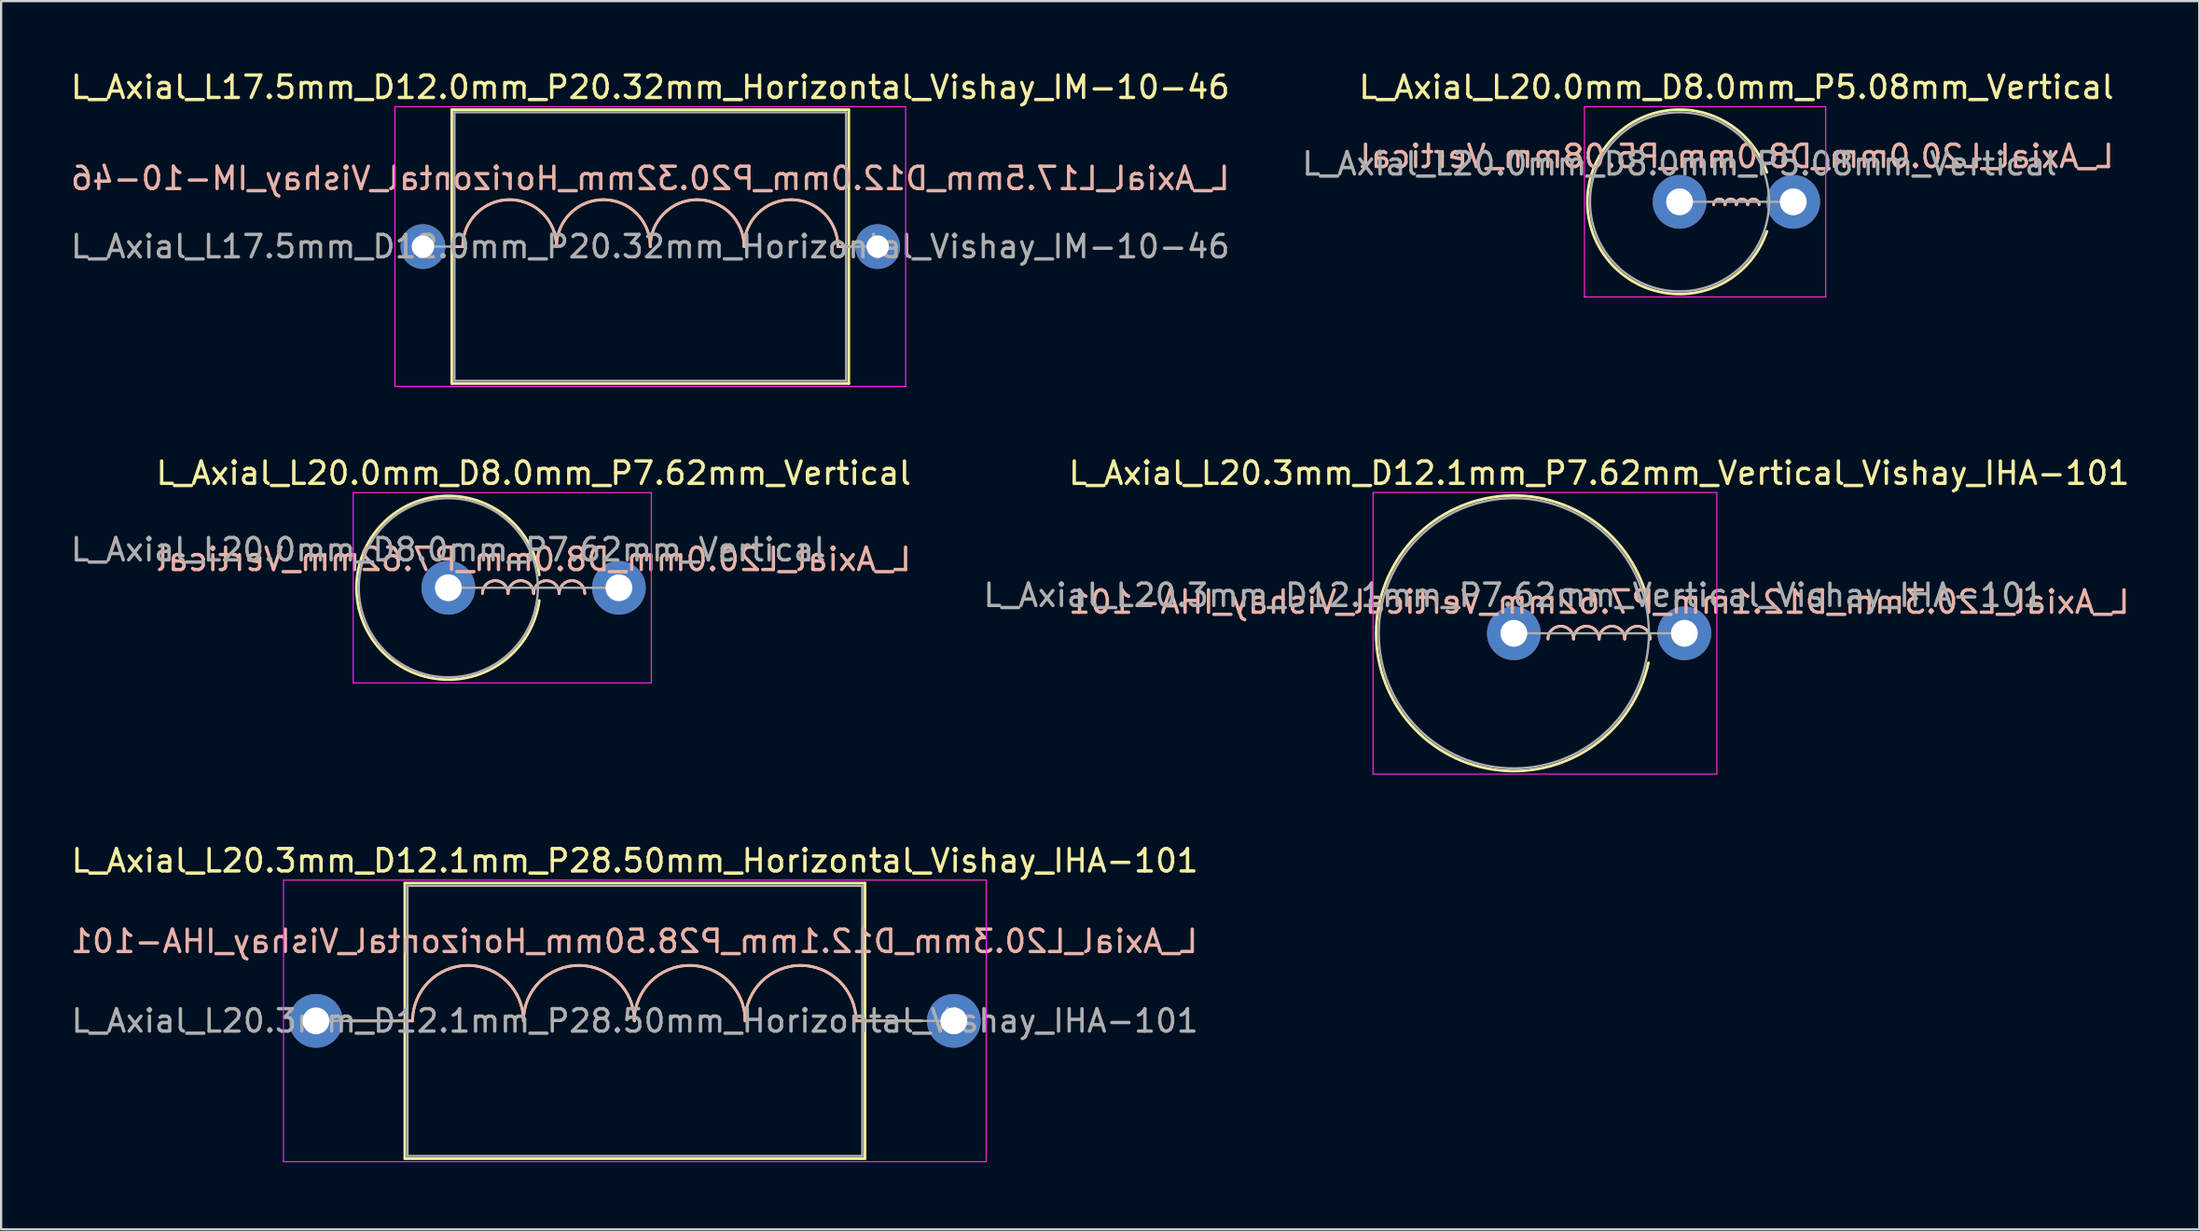
<source format=kicad_pcb>
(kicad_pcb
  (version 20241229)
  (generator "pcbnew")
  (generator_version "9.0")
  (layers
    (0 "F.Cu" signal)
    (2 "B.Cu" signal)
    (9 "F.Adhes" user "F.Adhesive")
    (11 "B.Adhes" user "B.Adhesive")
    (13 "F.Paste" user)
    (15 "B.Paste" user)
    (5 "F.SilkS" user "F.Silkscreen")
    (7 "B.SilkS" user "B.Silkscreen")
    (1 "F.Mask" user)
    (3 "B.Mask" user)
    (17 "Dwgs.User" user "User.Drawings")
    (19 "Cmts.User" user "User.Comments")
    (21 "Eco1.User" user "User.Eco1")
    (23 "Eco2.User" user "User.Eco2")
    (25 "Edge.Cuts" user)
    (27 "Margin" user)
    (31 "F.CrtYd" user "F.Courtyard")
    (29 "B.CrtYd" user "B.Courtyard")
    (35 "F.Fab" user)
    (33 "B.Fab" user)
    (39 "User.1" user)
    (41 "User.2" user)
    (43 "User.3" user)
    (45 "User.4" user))
  (footprint "L_Axial_L20.3mm_D12.1mm_P7.62mm_Vertical_Vishay_IHA-101"
    (layer "F.Cu")
    (at 64.59 25.247)
    (property "Reference" "L_Axial_L20.3mm_D12.1mm_P7.62mm_Vertical_Vishay_IHA-101" (at 3.81 -7.155 0) (layer "F.SilkS") (effects (font (size 1 1) (thickness 0.15))))
    (fp_arc (start 1.524 0.254) (mid 2.0955 -0.3175) (end 2.667 0.254) (stroke (width 0.12) (type solid)) (layer "F.SilkS"))
    (fp_arc (start 2.667 0.254) (mid 3.2385 -0.3175) (end 3.81 0.254) (stroke (width 0.12) (type solid)) (layer "F.SilkS"))
    (fp_arc (start 3.81 0.254) (mid 4.3815 -0.3175) (end 4.953 0.254) (stroke (width 0.12) (type solid)) (layer "F.SilkS"))
    (fp_arc (start 4.953 0.254) (mid 5.5245 -0.3175) (end 6.096 0.254) (stroke (width 0.12) (type solid)) (layer "F.SilkS"))
    (fp_arc (start 6.01179 1.32) (mid -6.155 0) (end 6.01179 -1.32) (stroke (width 0.12) (type solid)) (layer "F.SilkS"))
    (fp_arc (start 1.524 0.254) (mid 2.0955 -0.3175) (end 2.667 0.254) (stroke (width 0.12) (type solid)) (layer "B.SilkS"))
    (fp_arc (start 2.667 0.254) (mid 3.2385 -0.3175) (end 3.81 0.254) (stroke (width 0.12) (type solid)) (layer "B.SilkS"))
    (fp_arc (start 3.81 0.254) (mid 4.3815 -0.3175) (end 4.953 0.254) (stroke (width 0.12) (type solid)) (layer "B.SilkS"))
    (fp_arc (start 4.953 0.254) (mid 5.5245 -0.3175) (end 6.096 0.254) (stroke (width 0.12) (type solid)) (layer "B.SilkS"))
    (fp_line (start -6.29 -6.29) (end -6.29 6.29) (stroke (width 0.05) (type solid)) (layer "F.CrtYd"))
    (fp_line (start -6.29 6.29) (end 9.07 6.29) (stroke (width 0.05) (type solid)) (layer "F.CrtYd"))
    (fp_line (start 9.07 -6.29) (end -6.29 -6.29) (stroke (width 0.05) (type solid)) (layer "F.CrtYd"))
    (fp_line (start 9.07 6.29) (end 9.07 -6.29) (stroke (width 0.05) (type solid)) (layer "F.CrtYd"))
    (fp_line (start 0 0) (end 7.62 0) (stroke (width 0.1) (type solid)) (layer "F.Fab"))
    (fp_circle (center 0 0) (end 6.035 0) (stroke (width 0.1) (type solid)) (fill no) (layer "F.Fab"))
    (fp_text user "${REFERENCE}" (at 3.81 -1.397 0) (layer "B.SilkS") (effects (font (size 1 1) (thickness 0.15)) (justify mirror)))
    (fp_text user "${REFERENCE}" (at 0 -1.7 0) (layer "F.Fab") (effects (font (size 1 1) (thickness 0.15))))
    (pad "1" thru_hole circle (at 0 0) (size 2.4 2.4) (drill 1.2) (layers "*.Cu" "*.Mask"))
    (pad "2" thru_hole oval (at 7.62 0) (size 2.4 2.4) (drill 1.2) (layers "*.Cu" "*.Mask")))
  (footprint "L_Axial_L17.5mm_D12.0mm_P20.32mm_Horizontal_Vishay_IM-10-46"
    (layer "F.Cu")
    (at 15.846 7.968)
    (property "Reference" "L_Axial_L17.5mm_D12.0mm_P20.32mm_Horizontal_Vishay_IM-10-46" (at 10.16 -7.12 0) (layer "F.SilkS") (effects (font (size 1 1) (thickness 0.15))))
    (fp_line (start 1.24 0) (end 1.29 0) (stroke (width 0.12) (type solid)) (layer "F.SilkS"))
    (fp_line (start 1.29 -6.12) (end 1.29 6.12) (stroke (width 0.12) (type solid)) (layer "F.SilkS"))
    (fp_line (start 1.29 6.12) (end 19.03 6.12) (stroke (width 0.12) (type solid)) (layer "F.SilkS"))
    (fp_line (start 1.778 0) (end 1.29 0) (stroke (width 0.12) (type solid)) (layer "F.SilkS"))
    (fp_line (start 18.542 0) (end 19.03 0) (stroke (width 0.12) (type solid)) (layer "F.SilkS"))
    (fp_line (start 19.03 -6.12) (end 1.29 -6.12) (stroke (width 0.12) (type solid)) (layer "F.SilkS"))
    (fp_line (start 19.03 6.12) (end 19.03 -6.12) (stroke (width 0.12) (type solid)) (layer "F.SilkS"))
    (fp_line (start 19.08 0) (end 19.03 0) (stroke (width 0.12) (type solid)) (layer "F.SilkS"))
    (fp_arc (start 1.778 0) (mid 3.8735 -2.0955) (end 5.969 0) (stroke (width 0.12) (type solid)) (layer "F.SilkS"))
    (fp_arc (start 5.969 0) (mid 8.0645 -2.0955) (end 10.16 0) (stroke (width 0.12) (type solid)) (layer "F.SilkS"))
    (fp_arc (start 10.16 0) (mid 12.2555 -2.0955) (end 14.351 0) (stroke (width 0.12) (type solid)) (layer "F.SilkS"))
    (fp_arc (start 14.351 0) (mid 16.4465 -2.0955) (end 18.542 0) (stroke (width 0.12) (type solid)) (layer "F.SilkS"))
    (fp_line (start 1.24 0) (end 1.29 0) (stroke (width 0.12) (type solid)) (layer "B.SilkS"))
    (fp_line (start 1.778 0) (end 1.29 0) (stroke (width 0.12) (type solid)) (layer "B.SilkS"))
    (fp_line (start 18.542 0) (end 19.03 0) (stroke (width 0.12) (type solid)) (layer "B.SilkS"))
    (fp_line (start 19.08 0) (end 19.03 0) (stroke (width 0.12) (type solid)) (layer "B.SilkS"))
    (fp_arc (start 1.778 0) (mid 3.8735 -2.0955) (end 5.969 0) (stroke (width 0.12) (type solid)) (layer "B.SilkS"))
    (fp_arc (start 5.969 0) (mid 8.0645 -2.0955) (end 10.16 0) (stroke (width 0.12) (type solid)) (layer "B.SilkS"))
    (fp_arc (start 10.16 0) (mid 12.2555 -2.0955) (end 14.351 0) (stroke (width 0.12) (type solid)) (layer "B.SilkS"))
    (fp_arc (start 14.351 0) (mid 16.4465 -2.0955) (end 18.542 0) (stroke (width 0.12) (type solid)) (layer "B.SilkS"))
    (fp_line (start -1.25 -6.25) (end -1.25 6.25) (stroke (width 0.05) (type solid)) (layer "F.CrtYd"))
    (fp_line (start -1.25 6.25) (end 21.57 6.25) (stroke (width 0.05) (type solid)) (layer "F.CrtYd"))
    (fp_line (start 21.57 -6.25) (end -1.25 -6.25) (stroke (width 0.05) (type solid)) (layer "F.CrtYd"))
    (fp_line (start 21.57 6.25) (end 21.57 -6.25) (stroke (width 0.05) (type solid)) (layer "F.CrtYd"))
    (fp_line (start 0 0) (end 1.41 0) (stroke (width 0.1) (type solid)) (layer "F.Fab"))
    (fp_line (start 1.41 -6) (end 1.41 6) (stroke (width 0.1) (type solid)) (layer "F.Fab"))
    (fp_line (start 1.41 6) (end 18.91 6) (stroke (width 0.1) (type solid)) (layer "F.Fab"))
    (fp_line (start 18.91 -6) (end 1.41 -6) (stroke (width 0.1) (type solid)) (layer "F.Fab"))
    (fp_line (start 18.91 6) (end 18.91 -6) (stroke (width 0.1) (type solid)) (layer "F.Fab"))
    (fp_line (start 20.32 0) (end 18.91 0) (stroke (width 0.1) (type solid)) (layer "F.Fab"))
    (fp_text user "${REFERENCE}" (at 10.16 -3.048 0) (layer "B.SilkS") (effects (font (size 1 1) (thickness 0.15)) (justify mirror)))
    (fp_text user "${REFERENCE}" (at 10.16 0 0) (layer "F.Fab") (effects (font (size 1 1) (thickness 0.15))))
    (pad "1" thru_hole circle (at 0 0) (size 2 2) (drill 1) (layers "*.Cu" "*.Mask"))
    (pad "2" thru_hole oval (at 20.32 0) (size 2 2) (drill 1) (layers "*.Cu" "*.Mask")))
  (footprint "L_Axial_L20.3mm_D12.1mm_P28.50mm_Horizontal_Vishay_IHA-101"
    (layer "F.Cu")
    (at 11.068 42.565)
    (property "Reference" "L_Axial_L20.3mm_D12.1mm_P28.50mm_Horizontal_Vishay_IHA-101" (at 14.25 -7.155 0) (layer "F.SilkS") (effects (font (size 1 1) (thickness 0.15))))
    (fp_line (start 1.44 0) (end 3.97 0) (stroke (width 0.12) (type solid)) (layer "F.SilkS"))
    (fp_line (start 3.97 -6.155) (end 3.97 6.155) (stroke (width 0.12) (type solid)) (layer "F.SilkS"))
    (fp_line (start 3.97 6.155) (end 24.53 6.155) (stroke (width 0.12) (type solid)) (layer "F.SilkS"))
    (fp_line (start 4.318 0) (end 3.97 0) (stroke (width 0.12) (type solid)) (layer "F.SilkS"))
    (fp_line (start 24.13 0) (end 24.511 0) (stroke (width 0.12) (type solid)) (layer "F.SilkS"))
    (fp_line (start 24.53 -6.155) (end 3.97 -6.155) (stroke (width 0.12) (type solid)) (layer "F.SilkS"))
    (fp_line (start 24.53 6.155) (end 24.53 -6.155) (stroke (width 0.12) (type solid)) (layer "F.SilkS"))
    (fp_line (start 27.06 0) (end 24.53 0) (stroke (width 0.12) (type solid)) (layer "F.SilkS"))
    (fp_arc (start 4.318 0) (mid 6.7945 -2.4765) (end 9.271 0) (stroke (width 0.12) (type solid)) (layer "F.SilkS"))
    (fp_arc (start 9.271 0) (mid 11.7475 -2.4765) (end 14.224 0) (stroke (width 0.12) (type solid)) (layer "F.SilkS"))
    (fp_arc (start 14.224 0) (mid 16.7005 -2.4765) (end 19.177 0) (stroke (width 0.12) (type solid)) (layer "F.SilkS"))
    (fp_arc (start 19.177 0) (mid 21.6535 -2.4765) (end 24.13 0) (stroke (width 0.12) (type solid)) (layer "F.SilkS"))
    (fp_line (start 1.388 0) (end 3.918 0) (stroke (width 0.12) (type solid)) (layer "B.SilkS"))
    (fp_line (start 4.318 0) (end 3.937 0) (stroke (width 0.12) (type solid)) (layer "B.SilkS"))
    (fp_line (start 24.13 0) (end 24.478 0) (stroke (width 0.12) (type solid)) (layer "B.SilkS"))
    (fp_line (start 27.008 0) (end 24.478 0) (stroke (width 0.12) (type solid)) (layer "B.SilkS"))
    (fp_arc (start 4.318 0) (mid 6.7945 -2.4765) (end 9.271 0) (stroke (width 0.12) (type solid)) (layer "B.SilkS"))
    (fp_arc (start 9.271 0) (mid 11.7475 -2.4765) (end 14.224 0) (stroke (width 0.12) (type solid)) (layer "B.SilkS"))
    (fp_arc (start 14.224 0) (mid 16.7005 -2.4765) (end 19.177 0) (stroke (width 0.12) (type solid)) (layer "B.SilkS"))
    (fp_arc (start 19.177 0) (mid 21.6535 -2.4765) (end 24.13 0) (stroke (width 0.12) (type solid)) (layer "B.SilkS"))
    (fp_line (start -1.45 -6.29) (end -1.45 6.29) (stroke (width 0.05) (type solid)) (layer "F.CrtYd"))
    (fp_line (start -1.45 6.29) (end 29.95 6.29) (stroke (width 0.05) (type solid)) (layer "F.CrtYd"))
    (fp_line (start 29.95 -6.29) (end -1.45 -6.29) (stroke (width 0.05) (type solid)) (layer "F.CrtYd"))
    (fp_line (start 29.95 6.29) (end 29.95 -6.29) (stroke (width 0.05) (type solid)) (layer "F.CrtYd"))
    (fp_line (start 0 0) (end 4.09 0) (stroke (width 0.1) (type solid)) (layer "F.Fab"))
    (fp_line (start 4.09 -6.035) (end 4.09 6.035) (stroke (width 0.1) (type solid)) (layer "F.Fab"))
    (fp_line (start 4.09 6.035) (end 24.41 6.035) (stroke (width 0.1) (type solid)) (layer "F.Fab"))
    (fp_line (start 24.41 -6.035) (end 4.09 -6.035) (stroke (width 0.1) (type solid)) (layer "F.Fab"))
    (fp_line (start 24.41 6.035) (end 24.41 -6.035) (stroke (width 0.1) (type solid)) (layer "F.Fab"))
    (fp_line (start 28.5 0) (end 24.41 0) (stroke (width 0.1) (type solid)) (layer "F.Fab"))
    (fp_text user "${REFERENCE}" (at 14.224 -3.556 0) (layer "B.SilkS") (effects (font (size 1 1) (thickness 0.15)) (justify mirror)))
    (fp_text user "${REFERENCE}" (at 14.25 0 0) (layer "F.Fab") (effects (font (size 1 1) (thickness 0.15))))
    (pad "1" thru_hole circle (at 0 0) (size 2.4 2.4) (drill 1.2) (layers "*.Cu" "*.Mask"))
    (pad "2" thru_hole oval (at 28.5 0) (size 2.4 2.4) (drill 1.2) (layers "*.Cu" "*.Mask")))
  (footprint "L_Axial_L20.0mm_D8.0mm_P7.62mm_Vertical"
    (layer "F.Cu")
    (at 16.982 23.212)
    (property "Reference" "L_Axial_L20.0mm_D8.0mm_P7.62mm_Vertical" (at 3.81 -5.12 0) (layer "F.SilkS") (effects (font (size 1 1) (thickness 0.15))))
    (fp_arc (start 1.524 0.254) (mid 2.0955 -0.3175) (end 2.667 0.254) (stroke (width 0.12) (type solid)) (layer "F.SilkS"))
    (fp_arc (start 2.667 0.254) (mid 3.2385 -0.3175) (end 3.81 0.254) (stroke (width 0.12) (type solid)) (layer "F.SilkS"))
    (fp_arc (start 3.81 0.254) (mid 4.3815 -0.3175) (end 4.953 0.254) (stroke (width 0.12) (type solid)) (layer "F.SilkS"))
    (fp_arc (start 4.064 0.5715) (mid -4.103987 0) (end 4.064 -0.5715) (stroke (width 0.12) (type solid)) (layer "F.SilkS"))
    (fp_arc (start 4.953 0.254) (mid 5.5245 -0.3175) (end 6.096 0.254) (stroke (width 0.12) (type solid)) (layer "F.SilkS"))
    (fp_arc (start 1.524 0.254) (mid 2.0955 -0.3175) (end 2.667 0.254) (stroke (width 0.12) (type solid)) (layer "B.SilkS"))
    (fp_arc (start 2.667 0.254) (mid 3.2385 -0.3175) (end 3.81 0.254) (stroke (width 0.12) (type solid)) (layer "B.SilkS"))
    (fp_arc (start 3.81 0.254) (mid 4.3815 -0.3175) (end 4.953 0.254) (stroke (width 0.12) (type solid)) (layer "B.SilkS"))
    (fp_arc (start 4.953 0.254) (mid 5.5245 -0.3175) (end 6.096 0.254) (stroke (width 0.12) (type solid)) (layer "B.SilkS"))
    (fp_line (start -4.25 -4.25) (end -4.25 4.25) (stroke (width 0.05) (type solid)) (layer "F.CrtYd"))
    (fp_line (start -4.25 4.25) (end 9.07 4.25) (stroke (width 0.05) (type solid)) (layer "F.CrtYd"))
    (fp_line (start 9.07 -4.25) (end -4.25 -4.25) (stroke (width 0.05) (type solid)) (layer "F.CrtYd"))
    (fp_line (start 9.07 4.25) (end 9.07 -4.25) (stroke (width 0.05) (type solid)) (layer "F.CrtYd"))
    (fp_line (start 0 0) (end 7.62 0) (stroke (width 0.1) (type solid)) (layer "F.Fab"))
    (fp_circle (center 0 0) (end 4 0) (stroke (width 0.1) (type solid)) (fill no) (layer "F.Fab"))
    (fp_text user "${REFERENCE}" (at 3.81 -1.27 0) (layer "B.SilkS") (effects (font (size 1 1) (thickness 0.15)) (justify mirror)))
    (fp_text user "${REFERENCE}" (at 0 -1.7 0) (layer "F.Fab") (effects (font (size 1 1) (thickness 0.15))))
    (pad "1" thru_hole circle (at 0 0) (size 2.4 2.4) (drill 1.2) (layers "*.Cu" "*.Mask"))
    (pad "2" thru_hole oval (at 7.62 0) (size 2.4 2.4) (drill 1.2) (layers "*.Cu" "*.Mask")))
  (footprint "L_Axial_L20.0mm_D8.0mm_P5.08mm_Vertical"
    (layer "F.Cu")
    (at 71.994 5.968)
    (property "Reference" "L_Axial_L20.0mm_D8.0mm_P5.08mm_Vertical" (at 2.54 -5.12 0) (layer "F.SilkS") (effects (font (size 1 1) (thickness 0.15))))
    (fp_arc (start 1.524 0.127) (mid 1.778 -0.127) (end 2.032 0.127) (stroke (width 0.12) (type solid)) (layer "F.SilkS"))
    (fp_arc (start 2.032 0.127) (mid 2.286 -0.127) (end 2.54 0.127) (stroke (width 0.12) (type solid)) (layer "F.SilkS"))
    (fp_arc (start 2.54 0.127) (mid 2.794 -0.127) (end 3.048 0.127) (stroke (width 0.12) (type solid)) (layer "F.SilkS"))
    (fp_arc (start 3.048 0.127) (mid 3.302 -0.127) (end 3.556 0.127) (stroke (width 0.12) (type solid)) (layer "F.SilkS"))
    (fp_arc (start 3.902819 1.32) (mid -4.12 0) (end 3.902819 -1.32) (stroke (width 0.12) (type solid)) (layer "F.SilkS"))
    (fp_arc (start 1.524 0.127) (mid 1.778 -0.127) (end 2.032 0.127) (stroke (width 0.12) (type solid)) (layer "B.SilkS"))
    (fp_arc (start 2.032 0.127) (mid 2.286 -0.127) (end 2.54 0.127) (stroke (width 0.12) (type solid)) (layer "B.SilkS"))
    (fp_arc (start 2.54 0.127) (mid 2.794 -0.127) (end 3.048 0.127) (stroke (width 0.12) (type solid)) (layer "B.SilkS"))
    (fp_arc (start 3.048 0.127) (mid 3.302 -0.127) (end 3.556 0.127) (stroke (width 0.12) (type solid)) (layer "B.SilkS"))
    (fp_line (start -4.25 -4.25) (end -4.25 4.25) (stroke (width 0.05) (type solid)) (layer "F.CrtYd"))
    (fp_line (start -4.25 4.25) (end 6.53 4.25) (stroke (width 0.05) (type solid)) (layer "F.CrtYd"))
    (fp_line (start 6.53 -4.25) (end -4.25 -4.25) (stroke (width 0.05) (type solid)) (layer "F.CrtYd"))
    (fp_line (start 6.53 4.25) (end 6.53 -4.25) (stroke (width 0.05) (type solid)) (layer "F.CrtYd"))
    (fp_line (start 0 0) (end 5.08 0) (stroke (width 0.1) (type solid)) (layer "F.Fab"))
    (fp_circle (center 0 0) (end 4 0) (stroke (width 0.1) (type solid)) (fill no) (layer "F.Fab"))
    (fp_text user "${REFERENCE}" (at 2.54 -2.032 0) (layer "B.SilkS") (effects (font (size 1 1) (thickness 0.15)) (justify mirror)))
    (fp_text user "${REFERENCE}" (at 0 -1.7 0) (layer "F.Fab") (effects (font (size 1 1) (thickness 0.15))))
    (pad "1" thru_hole circle (at 0 0) (size 2.4 2.4) (drill 1.2) (layers "*.Cu" "*.Mask"))
    (pad "2" thru_hole oval (at 5.08 0) (size 2.4 2.4) (drill 1.2) (layers "*.Cu" "*.Mask")))
  (gr_rect
    (start -3 -3)
    (end 95.215 51.88)
    (stroke (width 0.1) (type default))
    (fill no)
    (layer "Edge.Cuts")))
</source>
